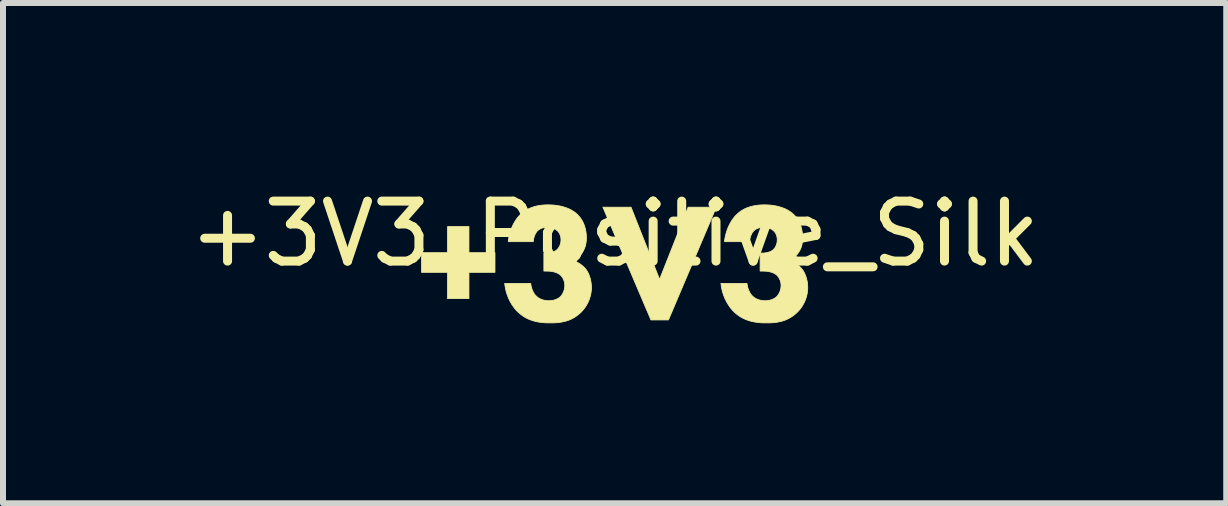
<source format=kicad_pcb>
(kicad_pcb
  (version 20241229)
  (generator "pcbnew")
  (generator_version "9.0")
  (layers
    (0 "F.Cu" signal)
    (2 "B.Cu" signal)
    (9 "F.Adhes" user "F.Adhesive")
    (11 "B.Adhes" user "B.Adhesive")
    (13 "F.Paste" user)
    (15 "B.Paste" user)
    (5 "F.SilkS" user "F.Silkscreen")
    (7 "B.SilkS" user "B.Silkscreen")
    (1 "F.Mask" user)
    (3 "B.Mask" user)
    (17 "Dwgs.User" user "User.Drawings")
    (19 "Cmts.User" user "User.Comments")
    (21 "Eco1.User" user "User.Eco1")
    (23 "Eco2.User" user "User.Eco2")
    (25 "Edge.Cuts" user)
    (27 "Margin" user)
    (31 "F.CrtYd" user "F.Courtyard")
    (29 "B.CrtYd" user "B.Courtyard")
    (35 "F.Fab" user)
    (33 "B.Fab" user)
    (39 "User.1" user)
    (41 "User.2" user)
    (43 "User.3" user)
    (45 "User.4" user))
  (footprint "+3V3_Positive_Silk"
    (layer "F.Cu")
    (at 7.196 1.348)
    (property "Reference" "+3V3_Positive_Silk" (at 0 -0.5 0) (unlocked yes) (layer "F.SilkS") (effects (font (size 1 1) (thickness 0.15))))
    (fp_poly (pts (xy 0.75 0.259) (xy 1.226 -0.944) (xy 1.696 -0.944) (xy 0.898 0.936) (xy 0.606 0.936) (xy -0.195 -0.944) (xy 0.274 -0.944)) (stroke (width 0.013) (type solid)) (fill yes) (layer "F.SilkS"))
    (fp_poly (pts (xy -2.428 -0.186) (xy -1.994 -0.186) (xy -1.994 0.142) (xy -2.428 0.142) (xy -2.428 0.58) (xy -2.785 0.58) (xy -2.785 0.142) (xy -3.219 0.142) (xy -3.219 -0.186) (xy -2.785 -0.186) (xy -2.785 -0.62) (xy -2.428 -0.62)) (stroke (width 0.013) (type solid)) (fill yes) (layer "F.SilkS"))
    (fp_poly (pts (xy -1.066 -0.982) (xy -1.025 -0.98) (xy -0.985 -0.976) (xy -0.947 -0.97) (xy -0.91 -0.964) (xy -0.875 -0.956) (xy -0.842 -0.946) (xy -0.81 -0.936) (xy -0.78 -0.924) (xy -0.752 -0.912) (xy -0.725 -0.898) (xy -0.7 -0.883) (xy -0.676 -0.868) (xy -0.654 -0.852) (xy -0.634 -0.835) (xy -0.615 -0.817) (xy -0.601 -0.802) (xy -0.587 -0.786) (xy -0.573 -0.769) (xy -0.56 -0.75) (xy -0.547 -0.731) (xy -0.535 -0.71) (xy -0.524 -0.688) (xy -0.514 -0.665) (xy -0.504 -0.64) (xy -0.496 -0.614) (xy -0.488 -0.588) (xy -0.482 -0.559) (xy -0.477 -0.53) (xy -0.473 -0.499) (xy -0.471 -0.466) (xy -0.47 -0.433) (xy -0.471 -0.416) (xy -0.471 -0.399) (xy -0.472 -0.382) (xy -0.474 -0.365) (xy -0.476 -0.349) (xy -0.479 -0.332) (xy -0.483 -0.316) (xy -0.487 -0.3) (xy -0.491 -0.284) (xy -0.497 -0.268) (xy -0.503 -0.252) (xy -0.511 -0.237) (xy -0.519 -0.221) (xy -0.527 -0.206) (xy -0.537 -0.19) (xy -0.548 -0.175) (xy -0.555 -0.165) (xy -0.563 -0.155) (xy -0.571 -0.146) (xy -0.579 -0.137) (xy -0.587 -0.128) (xy -0.596 -0.12) (xy -0.604 -0.112) (xy -0.613 -0.105) (xy -0.622 -0.097) (xy -0.631 -0.091) (xy -0.641 -0.084) (xy -0.65 -0.078) (xy -0.66 -0.072) (xy -0.669 -0.066) (xy -0.679 -0.061) (xy -0.689 -0.055) (xy -0.674 -0.05) (xy -0.66 -0.043) (xy -0.645 -0.037) (xy -0.63 -0.03) (xy -0.615 -0.022) (xy -0.601 -0.013) (xy -0.586 -0.005) (xy -0.572 0.005) (xy -0.558 0.015) (xy -0.545 0.025) (xy -0.532 0.036) (xy -0.519 0.047) (xy -0.507 0.059) (xy -0.495 0.071) (xy -0.484 0.083) (xy -0.474 0.097) (xy -0.464 0.111) (xy -0.454 0.127) (xy -0.445 0.144) (xy -0.436 0.161) (xy -0.428 0.179) (xy -0.421 0.197) (xy -0.415 0.216) (xy -0.409 0.235) (xy -0.403 0.255) (xy -0.399 0.275) (xy -0.395 0.294) (xy -0.392 0.314) (xy -0.389 0.334) (xy -0.387 0.354) (xy -0.386 0.373) (xy -0.386 0.393) (xy -0.386 0.42) (xy -0.388 0.448) (xy -0.392 0.476) (xy -0.397 0.504) (xy -0.403 0.532) (xy -0.411 0.56) (xy -0.42 0.588) (xy -0.431 0.616) (xy -0.443 0.644) (xy -0.457 0.671) (xy -0.473 0.698) (xy -0.49 0.724) (xy -0.509 0.75) (xy -0.53 0.775) (xy -0.552 0.8) (xy -0.576 0.823) (xy -0.607 0.849) (xy -0.638 0.873) (xy -0.669 0.893) (xy -0.701 0.911) (xy -0.733 0.927) (xy -0.765 0.94) (xy -0.797 0.951) (xy -0.829 0.96) (xy -0.861 0.967) (xy -0.892 0.973) (xy -0.924 0.978) (xy -0.955 0.981) (xy -0.985 0.983) (xy -1.015 0.985) (xy -1.074 0.985) (xy -1.108 0.985) (xy -1.143 0.984) (xy -1.178 0.982) (xy -1.214 0.978) (xy -1.249 0.974) (xy -1.285 0.968) (xy -1.32 0.96) (xy -1.355 0.951) (xy -1.39 0.939) (xy -1.425 0.926) (xy -1.46 0.91) (xy -1.494 0.892) (xy -1.527 0.871) (xy -1.56 0.847) (xy -1.592 0.821) (xy -1.624 0.791) (xy -1.644 0.77) (xy -1.663 0.748) (xy -1.681 0.724) (xy -1.699 0.699) (xy -1.716 0.673) (xy -1.732 0.646) (xy -1.747 0.618) (xy -1.761 0.589) (xy -1.774 0.559) (xy -1.786 0.528) (xy -1.797 0.496) (xy -1.807 0.464) (xy -1.815 0.43) (xy -1.822 0.396) (xy -1.828 0.361) (xy -1.832 0.326) (xy -1.398 0.326) (xy -1.397 0.34) (xy -1.394 0.354) (xy -1.392 0.369) (xy -1.388 0.383) (xy -1.384 0.398) (xy -1.38 0.412) (xy -1.375 0.427) (xy -1.37 0.441) (xy -1.363 0.455) (xy -1.357 0.468) (xy -1.35 0.481) (xy -1.342 0.494) (xy -1.334 0.506) (xy -1.325 0.517) (xy -1.316 0.528) (xy -1.306 0.537) (xy -1.298 0.546) (xy -1.288 0.554) (xy -1.278 0.562) (xy -1.267 0.569) (xy -1.256 0.576) (xy -1.244 0.582) (xy -1.231 0.588) (xy -1.218 0.593) (xy -1.205 0.598) (xy -1.191 0.603) (xy -1.176 0.606) (xy -1.162 0.609) (xy -1.146 0.612) (xy -1.131 0.614) (xy -1.115 0.615) (xy -1.098 0.615) (xy -1.084 0.615) (xy -1.071 0.614) (xy -1.057 0.613) (xy -1.044 0.611) (xy -1.031 0.609) (xy -1.018 0.606) (xy -1.005 0.603) (xy -0.992 0.599) (xy -0.98 0.595) (xy -0.969 0.59) (xy -0.957 0.585) (xy -0.947 0.579) (xy -0.936 0.573) (xy -0.926 0.566) (xy -0.917 0.559) (xy -0.908 0.552) (xy -0.899 0.543) (xy -0.891 0.534) (xy -0.884 0.525) (xy -0.876 0.514) (xy -0.869 0.504) (xy -0.863 0.492) (xy -0.857 0.48) (xy -0.852 0.468) (xy -0.847 0.456) (xy -0.843 0.443) (xy -0.839 0.43) (xy -0.836 0.416) (xy -0.833 0.403) (xy -0.832 0.389) (xy -0.831 0.375) (xy -0.83 0.361) (xy -0.831 0.347) (xy -0.832 0.334) (xy -0.834 0.32) (xy -0.836 0.307) (xy -0.84 0.294) (xy -0.844 0.281) (xy -0.848 0.269) (xy -0.854 0.257) (xy -0.859 0.245) (xy -0.866 0.234) (xy -0.872 0.224) (xy -0.879 0.214) (xy -0.887 0.205) (xy -0.895 0.196) (xy -0.903 0.188) (xy -0.911 0.181) (xy -0.924 0.172) (xy -0.938 0.163) (xy -0.952 0.156) (xy -0.967 0.149) (xy -0.982 0.144) (xy -0.997 0.139) (xy -1.012 0.135) (xy -1.028 0.131) (xy -1.043 0.128) (xy -1.059 0.126) (xy -1.074 0.124) (xy -1.089 0.123) (xy -1.118 0.122) (xy -1.144 0.121) (xy -1.179 0.121) (xy -1.179 -0.179) (xy -1.155 -0.179) (xy -1.142 -0.179) (xy -1.123 -0.179) (xy -1.112 -0.18) (xy -1.1 -0.181) (xy -1.088 -0.183) (xy -1.074 -0.185) (xy -1.06 -0.188) (xy -1.046 -0.192) (xy -1.032 -0.196) (xy -1.017 -0.201) (xy -1.003 -0.207) (xy -0.996 -0.21) (xy -0.99 -0.214) (xy -0.983 -0.218) (xy -0.977 -0.222) (xy -0.97 -0.227) (xy -0.964 -0.232) (xy -0.957 -0.238) (xy -0.95 -0.246) (xy -0.943 -0.254) (xy -0.937 -0.262) (xy -0.931 -0.271) (xy -0.925 -0.28) (xy -0.919 -0.29) (xy -0.914 -0.3) (xy -0.91 -0.311) (xy -0.906 -0.323) (xy -0.902 -0.334) (xy -0.899 -0.347) (xy -0.897 -0.359) (xy -0.895 -0.373) (xy -0.894 -0.387) (xy -0.894 -0.394) (xy -0.894 -0.401) (xy -0.894 -0.413) (xy -0.895 -0.424) (xy -0.896 -0.436) (xy -0.898 -0.447) (xy -0.901 -0.458) (xy -0.904 -0.468) (xy -0.907 -0.479) (xy -0.911 -0.489) (xy -0.915 -0.498) (xy -0.92 -0.507) (xy -0.925 -0.516) (xy -0.931 -0.524) (xy -0.937 -0.532) (xy -0.943 -0.54) (xy -0.95 -0.546) (xy -0.957 -0.553) (xy -0.964 -0.558) (xy -0.971 -0.564) (xy -0.979 -0.57) (xy -0.988 -0.575) (xy -0.996 -0.58) (xy -1.005 -0.584) (xy -1.015 -0.589) (xy -1.025 -0.593) (xy -1.036 -0.596) (xy -1.046 -0.6) (xy -1.058 -0.602) (xy -1.069 -0.605) (xy -1.081 -0.607) (xy -1.094 -0.608) (xy -1.106 -0.609) (xy -1.119 -0.609) (xy -1.133 -0.609) (xy -1.146 -0.608) (xy -1.158 -0.607) (xy -1.171 -0.605) (xy -1.183 -0.602) (xy -1.195 -0.599) (xy -1.206 -0.596) (xy -1.217 -0.592) (xy -1.228 -0.587) (xy -1.238 -0.583) (xy -1.248 -0.577) (xy -1.257 -0.572) (xy -1.266 -0.566) (xy -1.274 -0.559) (xy -1.282 -0.553) (xy -1.289 -0.546) (xy -1.296 -0.537) (xy -1.303 -0.528) (xy -1.309 -0.519) (xy -1.315 -0.509) (xy -1.321 -0.498) (xy -1.326 -0.487) (xy -1.331 -0.476) (xy -1.336 -0.464) (xy -1.34 -0.452) (xy -1.343 -0.44) (xy -1.347 -0.428) (xy -1.349 -0.416) (xy -1.352 -0.404) (xy -1.354 -0.392) (xy -1.355 -0.381) (xy -1.356 -0.369) (xy -1.772 -0.369) (xy -1.772 -0.38) (xy -1.768 -0.41) (xy -1.763 -0.439) (xy -1.757 -0.469) (xy -1.749 -0.499) (xy -1.741 -0.528) (xy -1.731 -0.558) (xy -1.721 -0.586) (xy -1.709 -0.614) (xy -1.697 -0.642) (xy -1.683 -0.668) (xy -1.669 -0.694) (xy -1.654 -0.719) (xy -1.638 -0.743) (xy -1.621 -0.765) (xy -1.603 -0.787) (xy -1.585 -0.807) (xy -1.559 -0.832) (xy -1.532 -0.856) (xy -1.503 -0.877) (xy -1.475 -0.895) (xy -1.445 -0.912) (xy -1.415 -0.926) (xy -1.384 -0.938) (xy -1.354 -0.949) (xy -1.323 -0.958) (xy -1.292 -0.965) (xy -1.26 -0.971) (xy -1.229 -0.976) (xy -1.199 -0.979) (xy -1.168 -0.981) (xy -1.138 -0.983) (xy -1.109 -0.983)) (stroke (width 0.013) (type solid)) (fill yes) (layer "F.SilkS"))
    (fp_poly (pts (xy 2.539 -0.982) (xy 2.581 -0.98) (xy 2.62 -0.976) (xy 2.659 -0.97) (xy 2.695 -0.964) (xy 2.73 -0.956) (xy 2.763 -0.946) (xy 2.795 -0.936) (xy 2.825 -0.924) (xy 2.854 -0.912) (xy 2.881 -0.898) (xy 2.906 -0.883) (xy 2.929 -0.868) (xy 2.951 -0.852) (xy 2.972 -0.835) (xy 2.99 -0.817) (xy 3.005 -0.802) (xy 3.019 -0.786) (xy 3.033 -0.769) (xy 3.046 -0.75) (xy 3.058 -0.731) (xy 3.07 -0.71) (xy 3.081 -0.688) (xy 3.092 -0.665) (xy 3.101 -0.64) (xy 3.11 -0.614) (xy 3.117 -0.588) (xy 3.123 -0.559) (xy 3.128 -0.53) (xy 3.132 -0.499) (xy 3.134 -0.466) (xy 3.135 -0.433) (xy 3.135 -0.416) (xy 3.134 -0.399) (xy 3.133 -0.382) (xy 3.131 -0.365) (xy 3.129 -0.349) (xy 3.126 -0.332) (xy 3.123 -0.316) (xy 3.119 -0.3) (xy 3.114 -0.284) (xy 3.108 -0.268) (xy 3.102 -0.252) (xy 3.095 -0.237) (xy 3.087 -0.221) (xy 3.078 -0.206) (xy 3.068 -0.19) (xy 3.057 -0.175) (xy 3.05 -0.165) (xy 3.042 -0.155) (xy 3.035 -0.146) (xy 3.026 -0.137) (xy 3.018 -0.128) (xy 3.01 -0.12) (xy 3.001 -0.112) (xy 2.992 -0.105) (xy 2.983 -0.097) (xy 2.974 -0.091) (xy 2.965 -0.084) (xy 2.955 -0.078) (xy 2.946 -0.072) (xy 2.936 -0.066) (xy 2.926 -0.061) (xy 2.916 -0.055) (xy 2.931 -0.05) (xy 2.946 -0.043) (xy 2.96 -0.037) (xy 2.975 -0.03) (xy 2.99 -0.022) (xy 3.005 -0.013) (xy 3.019 -0.005) (xy 3.033 0.005) (xy 3.047 0.015) (xy 3.061 0.025) (xy 3.074 0.036) (xy 3.086 0.047) (xy 3.099 0.059) (xy 3.11 0.071) (xy 3.121 0.083) (xy 3.131 0.097) (xy 3.142 0.111) (xy 3.151 0.127) (xy 3.161 0.144) (xy 3.169 0.161) (xy 3.177 0.179) (xy 3.184 0.197) (xy 3.191 0.216) (xy 3.197 0.235) (xy 3.202 0.255) (xy 3.207 0.275) (xy 3.211 0.294) (xy 3.214 0.314) (xy 3.216 0.334) (xy 3.218 0.354) (xy 3.219 0.373) (xy 3.22 0.393) (xy 3.219 0.42) (xy 3.217 0.448) (xy 3.214 0.476) (xy 3.209 0.504) (xy 3.203 0.532) (xy 3.195 0.56) (xy 3.186 0.588) (xy 3.175 0.616) (xy 3.162 0.644) (xy 3.148 0.671) (xy 3.133 0.698) (xy 3.116 0.724) (xy 3.097 0.75) (xy 3.076 0.775) (xy 3.053 0.8) (xy 3.029 0.823) (xy 2.999 0.849) (xy 2.967 0.873) (xy 2.936 0.893) (xy 2.904 0.911) (xy 2.872 0.927) (xy 2.84 0.94) (xy 2.808 0.951) (xy 2.777 0.96) (xy 2.745 0.967) (xy 2.713 0.973) (xy 2.682 0.978) (xy 2.651 0.981) (xy 2.62 0.983) (xy 2.59 0.985) (xy 2.532 0.985) (xy 2.497 0.985) (xy 2.462 0.984) (xy 2.427 0.982) (xy 2.392 0.978) (xy 2.356 0.974) (xy 2.321 0.968) (xy 2.285 0.96) (xy 2.25 0.951) (xy 2.215 0.939) (xy 2.18 0.926) (xy 2.146 0.91) (xy 2.112 0.892) (xy 2.078 0.871) (xy 2.045 0.847) (xy 2.013 0.821) (xy 1.981 0.791) (xy 1.962 0.77) (xy 1.943 0.748) (xy 1.924 0.724) (xy 1.907 0.699) (xy 1.89 0.673) (xy 1.874 0.646) (xy 1.859 0.618) (xy 1.844 0.589) (xy 1.831 0.559) (xy 1.819 0.528) (xy 1.808 0.496) (xy 1.798 0.464) (xy 1.79 0.43) (xy 1.783 0.396) (xy 1.777 0.361) (xy 1.773 0.326) (xy 2.207 0.326) (xy 2.209 0.34) (xy 2.211 0.354) (xy 2.214 0.369) (xy 2.217 0.383) (xy 2.221 0.398) (xy 2.225 0.412) (xy 2.23 0.427) (xy 2.236 0.441) (xy 2.242 0.455) (xy 2.249 0.468) (xy 2.256 0.481) (xy 2.263 0.494) (xy 2.271 0.506) (xy 2.28 0.517) (xy 2.289 0.528) (xy 2.299 0.537) (xy 2.308 0.546) (xy 2.317 0.554) (xy 2.328 0.562) (xy 2.338 0.569) (xy 2.35 0.576) (xy 2.362 0.582) (xy 2.374 0.588) (xy 2.387 0.593) (xy 2.401 0.598) (xy 2.415 0.603) (xy 2.429 0.606) (xy 2.444 0.609) (xy 2.459 0.612) (xy 2.475 0.614) (xy 2.491 0.615) (xy 2.507 0.615) (xy 2.521 0.615) (xy 2.535 0.614) (xy 2.548 0.613) (xy 2.562 0.611) (xy 2.575 0.609) (xy 2.588 0.606) (xy 2.601 0.603) (xy 2.613 0.599) (xy 2.625 0.595) (xy 2.637 0.59) (xy 2.648 0.585) (xy 2.659 0.579) (xy 2.669 0.573) (xy 2.679 0.566) (xy 2.689 0.559) (xy 2.698 0.552) (xy 2.706 0.543) (xy 2.714 0.534) (xy 2.722 0.525) (xy 2.729 0.514) (xy 2.736 0.504) (xy 2.742 0.492) (xy 2.748 0.48) (xy 2.754 0.468) (xy 2.758 0.456) (xy 2.763 0.443) (xy 2.766 0.43) (xy 2.77 0.416) (xy 2.772 0.403) (xy 2.774 0.389) (xy 2.775 0.375) (xy 2.775 0.361) (xy 2.775 0.347) (xy 2.774 0.334) (xy 2.772 0.32) (xy 2.769 0.307) (xy 2.766 0.294) (xy 2.762 0.281) (xy 2.757 0.269) (xy 2.752 0.257) (xy 2.746 0.245) (xy 2.74 0.234) (xy 2.733 0.224) (xy 2.726 0.214) (xy 2.719 0.205) (xy 2.711 0.196) (xy 2.703 0.188) (xy 2.694 0.181) (xy 2.681 0.172) (xy 2.668 0.163) (xy 2.653 0.156) (xy 2.639 0.149) (xy 2.624 0.144) (xy 2.609 0.139) (xy 2.593 0.135) (xy 2.578 0.131) (xy 2.562 0.128) (xy 2.547 0.126) (xy 2.531 0.124) (xy 2.516 0.123) (xy 2.488 0.122) (xy 2.461 0.121) (xy 2.426 0.121) (xy 2.426 -0.179) (xy 2.451 -0.179) (xy 2.463 -0.179) (xy 2.482 -0.179) (xy 2.493 -0.18) (xy 2.505 -0.181) (xy 2.518 -0.183) (xy 2.531 -0.185) (xy 2.545 -0.188) (xy 2.559 -0.192) (xy 2.574 -0.196) (xy 2.588 -0.201) (xy 2.602 -0.207) (xy 2.609 -0.21) (xy 2.616 -0.214) (xy 2.622 -0.218) (xy 2.629 -0.222) (xy 2.635 -0.227) (xy 2.641 -0.232) (xy 2.648 -0.238) (xy 2.655 -0.246) (xy 2.662 -0.254) (xy 2.669 -0.262) (xy 2.675 -0.271) (xy 2.681 -0.28) (xy 2.686 -0.29) (xy 2.691 -0.3) (xy 2.696 -0.311) (xy 2.7 -0.323) (xy 2.703 -0.334) (xy 2.706 -0.347) (xy 2.709 -0.359) (xy 2.71 -0.373) (xy 2.711 -0.387) (xy 2.712 -0.394) (xy 2.712 -0.401) (xy 2.711 -0.413) (xy 2.711 -0.424) (xy 2.709 -0.436) (xy 2.707 -0.447) (xy 2.705 -0.458) (xy 2.702 -0.468) (xy 2.698 -0.479) (xy 2.694 -0.489) (xy 2.69 -0.498) (xy 2.685 -0.507) (xy 2.68 -0.516) (xy 2.674 -0.524) (xy 2.668 -0.532) (xy 2.662 -0.54) (xy 2.655 -0.546) (xy 2.648 -0.553) (xy 2.641 -0.558) (xy 2.634 -0.564) (xy 2.626 -0.57) (xy 2.618 -0.575) (xy 2.609 -0.58) (xy 2.6 -0.584) (xy 2.59 -0.589) (xy 2.58 -0.593) (xy 2.57 -0.596) (xy 2.559 -0.6) (xy 2.548 -0.602) (xy 2.536 -0.605) (xy 2.524 -0.607) (xy 2.512 -0.608) (xy 2.499 -0.609) (xy 2.486 -0.609) (xy 2.473 -0.609) (xy 2.46 -0.608) (xy 2.447 -0.607) (xy 2.435 -0.605) (xy 2.422 -0.602) (xy 2.411 -0.599) (xy 2.399 -0.596) (xy 2.388 -0.592) (xy 2.377 -0.587) (xy 2.367 -0.583) (xy 2.357 -0.577) (xy 2.348 -0.572) (xy 2.339 -0.566) (xy 2.331 -0.559) (xy 2.324 -0.553) (xy 2.317 -0.546) (xy 2.309 -0.537) (xy 2.303 -0.528) (xy 2.296 -0.519) (xy 2.29 -0.509) (xy 2.285 -0.498) (xy 2.279 -0.487) (xy 2.274 -0.476) (xy 2.27 -0.464) (xy 2.266 -0.452) (xy 2.262 -0.44) (xy 2.259 -0.428) (xy 2.256 -0.416) (xy 2.254 -0.404) (xy 2.252 -0.392) (xy 2.25 -0.381) (xy 2.25 -0.369) (xy 1.833 -0.369) (xy 1.833 -0.38) (xy 1.837 -0.41) (xy 1.842 -0.439) (xy 1.849 -0.469) (xy 1.856 -0.499) (xy 1.865 -0.528) (xy 1.874 -0.558) (xy 1.885 -0.586) (xy 1.896 -0.614) (xy 1.909 -0.642) (xy 1.922 -0.668) (xy 1.937 -0.694) (xy 1.952 -0.719) (xy 1.968 -0.743) (xy 1.985 -0.765) (xy 2.002 -0.787) (xy 2.02 -0.807) (xy 2.047 -0.832) (xy 2.074 -0.856) (xy 2.102 -0.877) (xy 2.131 -0.895) (xy 2.16 -0.912) (xy 2.19 -0.926) (xy 2.221 -0.938) (xy 2.252 -0.949) (xy 2.283 -0.958) (xy 2.314 -0.965) (xy 2.345 -0.971) (xy 2.376 -0.976) (xy 2.407 -0.979) (xy 2.437 -0.981) (xy 2.467 -0.983) (xy 2.496 -0.983)) (stroke (width 0.013) (type solid)) (fill yes) (layer "F.SilkS")))
  (gr_rect
    (start -3 -3)
    (end 17.393 5.34)
    (stroke (width 0.1) (type default))
    (fill no)
    (layer "Edge.Cuts")))
</source>
